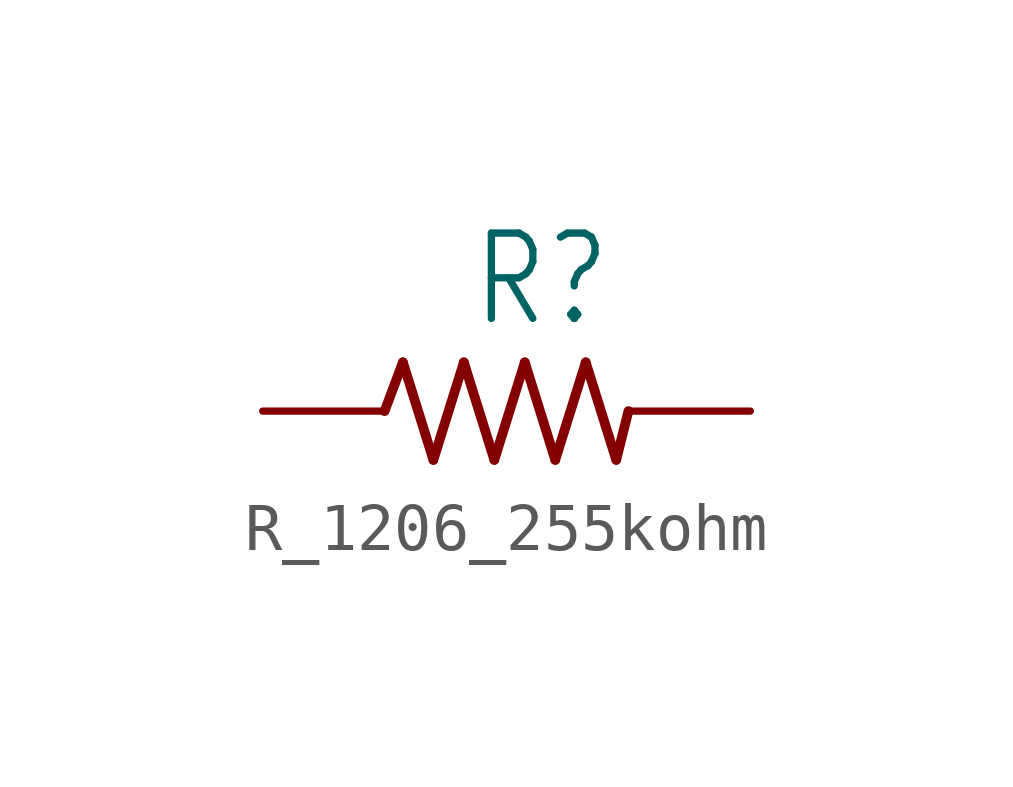
<source format=kicad_sym>
(kicad_symbol_lib
  (version 20220914)
  (generator kicad_symbol_editor)
  (symbol "R_1206_255kohm"
    (pin_numbers hide)
    (pin_names hide)
    (property "Reference" "R"
      (at -0.775 1.706 0)
      (effects (font (size 1.778 1.511)) (justify left bottom)))
    (symbol "R_1206_255kohm_1_0"
      (polyline (pts (xy -2.54 0) (xy -2.159 1.016)) (stroke (width 0.203) (type solid)) (fill (type none)))
      (polyline (pts (xy -2.159 1.016) (xy -1.524 -1.016)) (stroke (width 0.203) (type solid)) (fill (type none)))
      (polyline (pts (xy -1.524 -1.016) (xy -0.889 1.016)) (stroke (width 0.203) (type solid)) (fill (type none)))
      (polyline (pts (xy -0.889 1.016) (xy -0.254 -1.016)) (stroke (width 0.203) (type solid)) (fill (type none)))
      (polyline (pts (xy -0.254 -1.016) (xy 0.381 1.016)) (stroke (width 0.203) (type solid)) (fill (type none)))
      (polyline (pts (xy 0.381 1.016) (xy 1.016 -1.016)) (stroke (width 0.203) (type solid)) (fill (type none)))
      (polyline (pts (xy 1.016 -1.016) (xy 1.651 1.016)) (stroke (width 0.203) (type solid)) (fill (type none)))
      (polyline (pts (xy 1.651 1.016) (xy 2.286 -1.016)) (stroke (width 0.203) (type solid)) (fill (type none)))
      (polyline (pts (xy 2.286 -1.016) (xy 2.54 0)) (stroke (width 0.203) (type solid)) (fill (type none)))
      (pin passive line (at -5.08 0 0) (length 2.54) (name "1" (effects (font (size 0 0)))) (number "1" (effects (font (size 0 0)))))
      (pin passive line (at 5.08 0 180) (length 2.54) (name "2" (effects (font (size 0 0)))) (number "2" (effects (font (size 0 0))))))))
</source>
